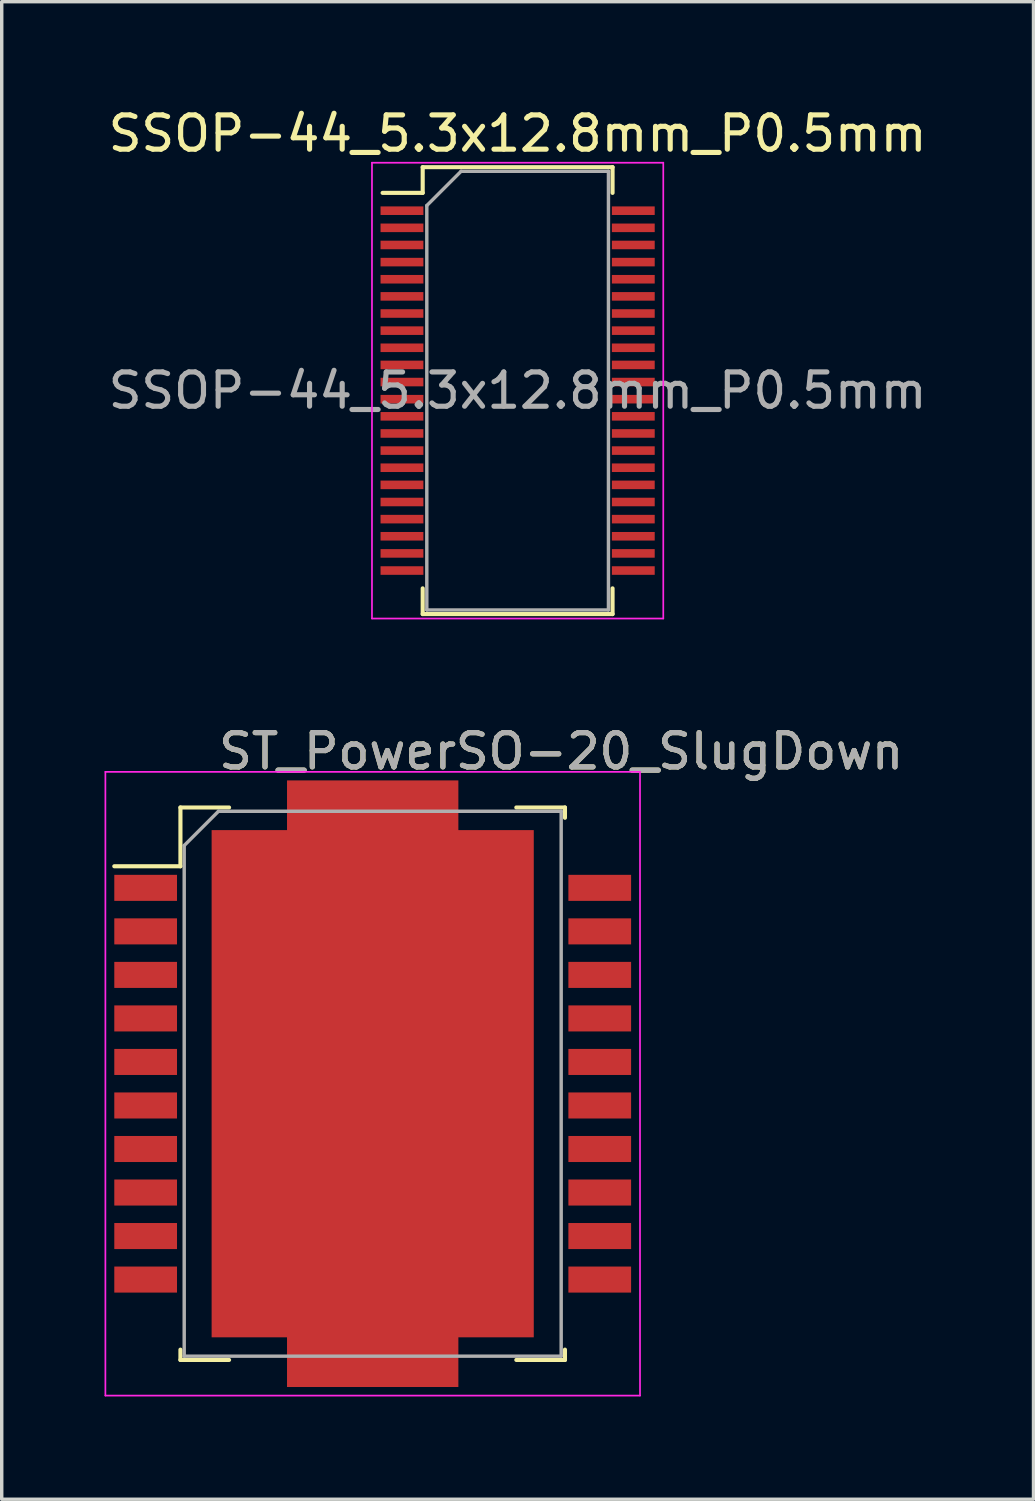
<source format=kicad_pcb>
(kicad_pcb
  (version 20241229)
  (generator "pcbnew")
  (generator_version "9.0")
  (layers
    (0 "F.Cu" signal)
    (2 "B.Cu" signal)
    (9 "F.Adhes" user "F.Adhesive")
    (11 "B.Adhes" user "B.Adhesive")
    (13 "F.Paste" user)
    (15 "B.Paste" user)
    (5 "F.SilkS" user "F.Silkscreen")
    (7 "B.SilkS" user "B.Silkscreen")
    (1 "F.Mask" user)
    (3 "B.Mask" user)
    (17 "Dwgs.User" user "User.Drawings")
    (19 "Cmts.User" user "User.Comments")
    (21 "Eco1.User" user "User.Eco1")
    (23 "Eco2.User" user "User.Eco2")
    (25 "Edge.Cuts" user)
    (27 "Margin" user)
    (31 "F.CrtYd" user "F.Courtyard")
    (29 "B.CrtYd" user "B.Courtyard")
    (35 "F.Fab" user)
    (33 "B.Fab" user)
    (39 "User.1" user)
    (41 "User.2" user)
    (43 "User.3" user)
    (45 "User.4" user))
  (footprint "ST_PowerSO-20_SlugDown"
    (layer "F.Cu")
    (at 7.825 28.572)
    (property "Reference" "ST_PowerSO-20_SlugDown" (at 5.5 -9.7 0) (layer "F.SilkS") (effects (font (size 1 1) (thickness 0.15))))
    (attr smd)
    (fp_line (start -7.54 -6.345) (end -5.61 -6.345) (stroke (width 0.12) (type solid)) (layer "F.SilkS"))
    (fp_line (start -5.61 -8.06) (end -4.191 -8.06) (stroke (width 0.12) (type solid)) (layer "F.SilkS"))
    (fp_line (start -5.61 -6.345) (end -5.61 -8.06) (stroke (width 0.12) (type solid)) (layer "F.SilkS"))
    (fp_line (start -5.61 7.76) (end -5.61 8.06) (stroke (width 0.12) (type solid)) (layer "F.SilkS"))
    (fp_line (start -5.61 8.06) (end -4.191 8.06) (stroke (width 0.12) (type solid)) (layer "F.SilkS"))
    (fp_line (start 4.191 -8.06) (end 5.61 -8.06) (stroke (width 0.12) (type solid)) (layer "F.SilkS"))
    (fp_line (start 4.191 8.06) (end 5.61 8.06) (stroke (width 0.12) (type solid)) (layer "F.SilkS"))
    (fp_line (start 5.61 -8.06) (end 5.61 -7.76) (stroke (width 0.12) (type solid)) (layer "F.SilkS"))
    (fp_line (start 5.61 8.06) (end 5.61 7.76) (stroke (width 0.12) (type solid)) (layer "F.SilkS"))
    (fp_line (start -7.8 -9.1) (end -7.8 9.1) (stroke (width 0.05) (type solid)) (layer "F.CrtYd"))
    (fp_line (start -7.8 9.1) (end 7.8 9.1) (stroke (width 0.05) (type solid)) (layer "F.CrtYd"))
    (fp_line (start 7.8 -9.1) (end -7.8 -9.1) (stroke (width 0.05) (type solid)) (layer "F.CrtYd"))
    (fp_line (start 7.8 9.1) (end 7.8 -9.1) (stroke (width 0.05) (type solid)) (layer "F.CrtYd"))
    (fp_line (start -5.5 -6.95) (end -5.5 7.95) (stroke (width 0.1) (type solid)) (layer "F.Fab"))
    (fp_line (start -5.5 -6.95) (end -4.5 -7.95) (stroke (width 0.1) (type solid)) (layer "F.Fab"))
    (fp_line (start -5.5 7.95) (end 5.5 7.95) (stroke (width 0.1) (type solid)) (layer "F.Fab"))
    (fp_line (start 5.5 -7.95) (end -4.5 -7.95) (stroke (width 0.1) (type solid)) (layer "F.Fab"))
    (fp_line (start 5.5 7.95) (end 5.5 -7.95) (stroke (width 0.1) (type solid)) (layer "F.Fab"))
    (fp_text user "${REFERENCE}" (at 5.5 -9.7 0) (layer "F.Fab") (effects (font (size 1 1) (thickness 0.15))))
    (pad "" smd rect (at 0 -6.95) (size 3.4 2.5) (layers "F.Paste"))
    (pad "" smd rect (at 0 -3.81) (size 6.4 1.27) (layers "F.Paste"))
    (pad "" smd rect (at 0 -1.27) (size 6.4 1.27) (layers "F.Paste"))
    (pad "" smd rect (at 0 1.27) (size 6.4 1.27) (layers "F.Paste"))
    (pad "" smd rect (at 0 3.81) (size 6.4 1.27) (layers "F.Paste"))
    (pad "" smd rect (at 0 6.95) (size 3.4 2.5) (layers "F.Paste"))
    (pad "1" smd rect (at -6.625 -5.715 90) (size 0.76 1.83) (layers "F.Cu" "F.Mask" "F.Paste"))
    (pad "2" smd rect (at -6.625 -4.445 90) (size 0.76 1.83) (layers "F.Cu" "F.Mask" "F.Paste"))
    (pad "3" smd rect (at -6.625 -3.175 90) (size 0.76 1.83) (layers "F.Cu" "F.Mask" "F.Paste"))
    (pad "4" smd rect (at -6.625 -1.905 90) (size 0.76 1.83) (layers "F.Cu" "F.Mask" "F.Paste"))
    (pad "5" smd rect (at -6.625 -0.635 90) (size 0.76 1.83) (layers "F.Cu" "F.Mask" "F.Paste"))
    (pad "6" smd rect (at -6.625 0.635 90) (size 0.76 1.83) (layers "F.Cu" "F.Mask" "F.Paste"))
    (pad "7" smd rect (at -6.625 1.905 90) (size 0.76 1.83) (layers "F.Cu" "F.Mask" "F.Paste"))
    (pad "8" smd rect (at -6.625 3.175 90) (size 0.76 1.83) (layers "F.Cu" "F.Mask" "F.Paste"))
    (pad "9" smd rect (at -6.625 4.445 90) (size 0.76 1.83) (layers "F.Cu" "F.Mask" "F.Paste"))
    (pad "10" smd rect (at -6.625 5.715 90) (size 0.76 1.83) (layers "F.Cu" "F.Mask" "F.Paste"))
    (pad "11" smd rect (at 6.625 5.715 90) (size 0.76 1.83) (layers "F.Cu" "F.Mask" "F.Paste"))
    (pad "12" smd rect (at 6.625 4.445 90) (size 0.76 1.83) (layers "F.Cu" "F.Mask" "F.Paste"))
    (pad "13" smd rect (at 6.625 3.175 90) (size 0.76 1.83) (layers "F.Cu" "F.Mask" "F.Paste"))
    (pad "14" smd rect (at 6.625 1.905 90) (size 0.76 1.83) (layers "F.Cu" "F.Mask" "F.Paste"))
    (pad "15" smd rect (at 6.625 0.635 90) (size 0.76 1.83) (layers "F.Cu" "F.Mask" "F.Paste"))
    (pad "16" smd rect (at 6.625 -0.635 90) (size 0.76 1.83) (layers "F.Cu" "F.Mask" "F.Paste"))
    (pad "17" smd rect (at 6.625 -1.905 90) (size 0.76 1.83) (layers "F.Cu" "F.Mask" "F.Paste"))
    (pad "18" smd rect (at 6.625 -3.175 90) (size 0.76 1.83) (layers "F.Cu" "F.Mask" "F.Paste"))
    (pad "19" smd rect (at 6.625 -4.445 90) (size 0.76 1.83) (layers "F.Cu" "F.Mask" "F.Paste"))
    (pad "20" smd rect (at 6.625 -5.715 90) (size 0.76 1.83) (layers "F.Cu" "F.Mask" "F.Paste"))
    (pad "21" smd custom (at 0 0) (size 3.4 2.5) (layers "F.Cu" "F.Mask") (options (anchor rect)) (primitives (gr_poly (pts (xy 2.5 8.85) (xy -2.5 8.85) (xy -2.5 7.4) (xy -4.7 7.4) (xy -4.7 -7.4) (xy -2.5 -7.4) (xy -2.5 -8.85) (xy 2.5 -8.85) (xy 2.5 -7.4) (xy 4.7 -7.4) (xy 4.7 7.4) (xy 2.5 7.4)) (width 0) (fill yes)))))
  (footprint "SSOP-44_5.3x12.8mm_P0.5mm"
    (layer "F.Cu")
    (at 12.054 8.348)
    (property "Reference" "SSOP-44_5.3x12.8mm_P0.5mm" (at 0 -7.5 0) (layer "F.SilkS") (effects (font (size 1 1) (thickness 0.15))))
    (attr smd)
    (fp_line (start -2.77 -6.52) (end -2.77 -5.77) (stroke (width 0.12) (type solid)) (layer "F.SilkS"))
    (fp_line (start -2.77 -6.52) (end 2.77 -6.52) (stroke (width 0.12) (type solid)) (layer "F.SilkS"))
    (fp_line (start -2.77 -5.77) (end -3.94 -5.77) (stroke (width 0.12) (type solid)) (layer "F.SilkS"))
    (fp_line (start -2.77 6.52) (end -2.77 5.77) (stroke (width 0.12) (type solid)) (layer "F.SilkS"))
    (fp_line (start -2.77 6.52) (end 2.77 6.52) (stroke (width 0.12) (type solid)) (layer "F.SilkS"))
    (fp_line (start 2.77 -6.52) (end 2.77 -5.77) (stroke (width 0.12) (type solid)) (layer "F.SilkS"))
    (fp_line (start 2.77 6.52) (end 2.77 5.77) (stroke (width 0.12) (type solid)) (layer "F.SilkS"))
    (fp_line (start -4.25 -6.65) (end -4.25 6.65) (stroke (width 0.05) (type solid)) (layer "F.CrtYd"))
    (fp_line (start -4.25 -6.65) (end 4.25 -6.65) (stroke (width 0.05) (type solid)) (layer "F.CrtYd"))
    (fp_line (start -4.25 6.65) (end 4.25 6.65) (stroke (width 0.05) (type solid)) (layer "F.CrtYd"))
    (fp_line (start 4.25 -6.65) (end 4.25 6.65) (stroke (width 0.05) (type solid)) (layer "F.CrtYd"))
    (fp_line (start -2.65 -5.4) (end -1.65 -6.4) (stroke (width 0.1) (type solid)) (layer "F.Fab"))
    (fp_line (start -2.65 6.4) (end -2.65 -5.4) (stroke (width 0.1) (type solid)) (layer "F.Fab"))
    (fp_line (start -1.65 -6.4) (end 2.65 -6.4) (stroke (width 0.1) (type solid)) (layer "F.Fab"))
    (fp_line (start 2.65 -6.4) (end 2.65 6.4) (stroke (width 0.1) (type solid)) (layer "F.Fab"))
    (fp_line (start 2.65 6.4) (end -2.65 6.4) (stroke (width 0.1) (type solid)) (layer "F.Fab"))
    (fp_text user "${REFERENCE}" (at 0 0 0) (layer "F.Fab") (effects (font (size 1 1) (thickness 0.15))))
    (pad "1" smd rect (at -3.375 -5.25) (size 1.25 0.25) (layers "F.Cu" "F.Mask" "F.Paste"))
    (pad "2" smd rect (at -3.375 -4.75) (size 1.25 0.25) (layers "F.Cu" "F.Mask" "F.Paste"))
    (pad "3" smd rect (at -3.375 -4.25) (size 1.25 0.25) (layers "F.Cu" "F.Mask" "F.Paste"))
    (pad "4" smd rect (at -3.375 -3.75) (size 1.25 0.25) (layers "F.Cu" "F.Mask" "F.Paste"))
    (pad "5" smd rect (at -3.375 -3.25) (size 1.25 0.25) (layers "F.Cu" "F.Mask" "F.Paste"))
    (pad "6" smd rect (at -3.375 -2.75) (size 1.25 0.25) (layers "F.Cu" "F.Mask" "F.Paste"))
    (pad "7" smd rect (at -3.375 -2.25) (size 1.25 0.25) (layers "F.Cu" "F.Mask" "F.Paste"))
    (pad "8" smd rect (at -3.375 -1.75) (size 1.25 0.25) (layers "F.Cu" "F.Mask" "F.Paste"))
    (pad "9" smd rect (at -3.375 -1.25) (size 1.25 0.25) (layers "F.Cu" "F.Mask" "F.Paste"))
    (pad "10" smd rect (at -3.375 -0.75) (size 1.25 0.25) (layers "F.Cu" "F.Mask" "F.Paste"))
    (pad "11" smd rect (at -3.375 -0.25) (size 1.25 0.25) (layers "F.Cu" "F.Mask" "F.Paste"))
    (pad "12" smd rect (at -3.375 0.25) (size 1.25 0.25) (layers "F.Cu" "F.Mask" "F.Paste"))
    (pad "13" smd rect (at -3.375 0.75) (size 1.25 0.25) (layers "F.Cu" "F.Mask" "F.Paste"))
    (pad "14" smd rect (at -3.375 1.25) (size 1.25 0.25) (layers "F.Cu" "F.Mask" "F.Paste"))
    (pad "15" smd rect (at -3.375 1.75) (size 1.25 0.25) (layers "F.Cu" "F.Mask" "F.Paste"))
    (pad "16" smd rect (at -3.375 2.25) (size 1.25 0.25) (layers "F.Cu" "F.Mask" "F.Paste"))
    (pad "17" smd rect (at -3.375 2.75) (size 1.25 0.25) (layers "F.Cu" "F.Mask" "F.Paste"))
    (pad "18" smd rect (at -3.375 3.25) (size 1.25 0.25) (layers "F.Cu" "F.Mask" "F.Paste"))
    (pad "19" smd rect (at -3.375 3.75) (size 1.25 0.25) (layers "F.Cu" "F.Mask" "F.Paste"))
    (pad "20" smd rect (at -3.375 4.25) (size 1.25 0.25) (layers "F.Cu" "F.Mask" "F.Paste"))
    (pad "21" smd rect (at -3.375 4.75) (size 1.25 0.25) (layers "F.Cu" "F.Mask" "F.Paste"))
    (pad "22" smd rect (at -3.375 5.25) (size 1.25 0.25) (layers "F.Cu" "F.Mask" "F.Paste"))
    (pad "23" smd rect (at 3.375 5.25) (size 1.25 0.25) (layers "F.Cu" "F.Mask" "F.Paste"))
    (pad "24" smd rect (at 3.375 4.75) (size 1.25 0.25) (layers "F.Cu" "F.Mask" "F.Paste"))
    (pad "25" smd rect (at 3.375 4.25) (size 1.25 0.25) (layers "F.Cu" "F.Mask" "F.Paste"))
    (pad "26" smd rect (at 3.375 3.75) (size 1.25 0.25) (layers "F.Cu" "F.Mask" "F.Paste"))
    (pad "27" smd rect (at 3.375 3.25) (size 1.25 0.25) (layers "F.Cu" "F.Mask" "F.Paste"))
    (pad "28" smd rect (at 3.375 2.75) (size 1.25 0.25) (layers "F.Cu" "F.Mask" "F.Paste"))
    (pad "29" smd rect (at 3.375 2.25) (size 1.25 0.25) (layers "F.Cu" "F.Mask" "F.Paste"))
    (pad "30" smd rect (at 3.375 1.75) (size 1.25 0.25) (layers "F.Cu" "F.Mask" "F.Paste"))
    (pad "31" smd rect (at 3.375 1.25) (size 1.25 0.25) (layers "F.Cu" "F.Mask" "F.Paste"))
    (pad "32" smd rect (at 3.375 0.75) (size 1.25 0.25) (layers "F.Cu" "F.Mask" "F.Paste"))
    (pad "33" smd rect (at 3.375 0.25) (size 1.25 0.25) (layers "F.Cu" "F.Mask" "F.Paste"))
    (pad "34" smd rect (at 3.375 -0.25) (size 1.25 0.25) (layers "F.Cu" "F.Mask" "F.Paste"))
    (pad "35" smd rect (at 3.375 -0.75) (size 1.25 0.25) (layers "F.Cu" "F.Mask" "F.Paste"))
    (pad "36" smd rect (at 3.375 -1.25) (size 1.25 0.25) (layers "F.Cu" "F.Mask" "F.Paste"))
    (pad "37" smd rect (at 3.375 -1.75) (size 1.25 0.25) (layers "F.Cu" "F.Mask" "F.Paste"))
    (pad "38" smd rect (at 3.375 -2.25) (size 1.25 0.25) (layers "F.Cu" "F.Mask" "F.Paste"))
    (pad "39" smd rect (at 3.375 -2.75) (size 1.25 0.25) (layers "F.Cu" "F.Mask" "F.Paste"))
    (pad "40" smd rect (at 3.375 -3.25) (size 1.25 0.25) (layers "F.Cu" "F.Mask" "F.Paste"))
    (pad "41" smd rect (at 3.375 -3.75) (size 1.25 0.25) (layers "F.Cu" "F.Mask" "F.Paste"))
    (pad "42" smd rect (at 3.375 -4.25) (size 1.25 0.25) (layers "F.Cu" "F.Mask" "F.Paste"))
    (pad "43" smd rect (at 3.375 -4.75) (size 1.25 0.25) (layers "F.Cu" "F.Mask" "F.Paste"))
    (pad "44" smd rect (at 3.375 -5.25) (size 1.25 0.25) (layers "F.Cu" "F.Mask" "F.Paste")))
  (gr_rect
    (start -3 -3)
    (end 27.107 40.697)
    (stroke (width 0.1) (type default))
    (fill no)
    (layer "Edge.Cuts")))
</source>
